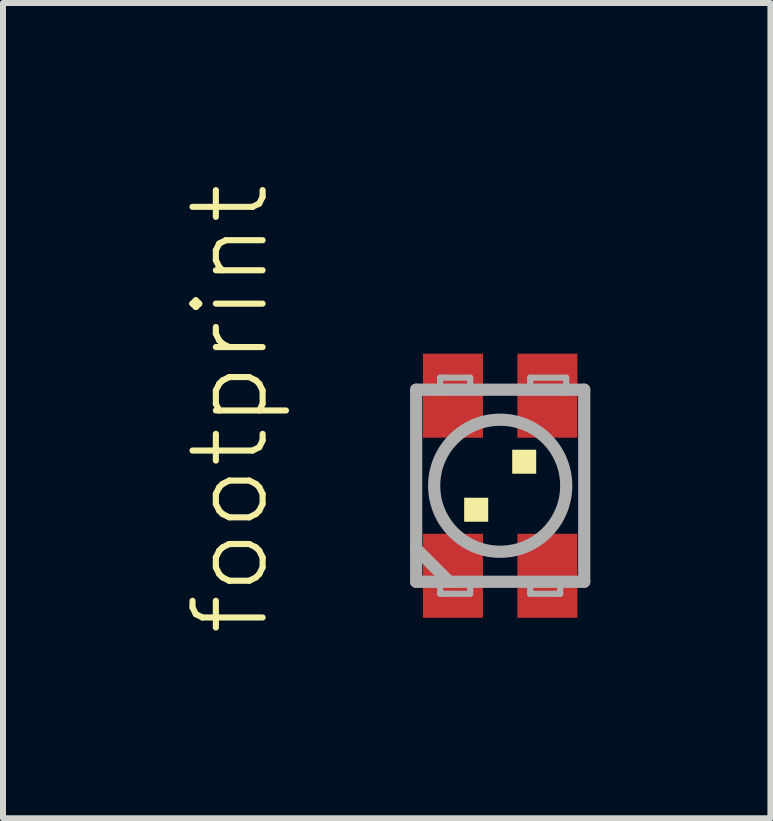
<source format=kicad_pcb>
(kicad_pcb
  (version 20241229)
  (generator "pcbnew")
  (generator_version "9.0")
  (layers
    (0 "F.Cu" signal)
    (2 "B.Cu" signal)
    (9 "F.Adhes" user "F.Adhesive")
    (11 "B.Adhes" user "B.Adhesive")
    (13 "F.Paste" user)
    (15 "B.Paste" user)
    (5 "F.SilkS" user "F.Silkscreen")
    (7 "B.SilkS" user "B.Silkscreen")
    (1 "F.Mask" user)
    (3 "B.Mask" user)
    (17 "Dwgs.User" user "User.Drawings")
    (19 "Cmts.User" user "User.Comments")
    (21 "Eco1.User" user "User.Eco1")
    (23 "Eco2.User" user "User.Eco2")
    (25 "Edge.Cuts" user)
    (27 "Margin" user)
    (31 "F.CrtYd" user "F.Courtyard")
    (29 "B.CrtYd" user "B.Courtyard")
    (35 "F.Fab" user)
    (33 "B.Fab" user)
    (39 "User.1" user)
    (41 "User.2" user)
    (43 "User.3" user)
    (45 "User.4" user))
  (footprint "footprint"
    (layer "F.Cu")
    (at 5.283 5.042)
    (property "Reference" "footprint" (at -3.81 2.54 90) (layer "F.SilkS") (effects (font (size 1.168 1.168) (thickness 0.102)) (justify left bottom)))
    (fp_poly (pts (xy -1.15 -0.85) (xy -0.35 -0.85) (xy -0.35 -1.95) (xy -1.15 -1.95)) (stroke (width 0) (type solid)) (fill yes) (layer "F.Mask"))
    (fp_poly (pts (xy -1.15 1.95) (xy -0.35 1.95) (xy -0.35 0.85) (xy -1.15 0.85)) (stroke (width 0) (type solid)) (fill yes) (layer "F.Mask"))
    (fp_poly (pts (xy 0.35 -0.85) (xy 1.15 -0.85) (xy 1.15 -1.95) (xy 0.35 -1.95)) (stroke (width 0) (type solid)) (fill yes) (layer "F.Mask"))
    (fp_poly (pts (xy 0.35 1.95) (xy 1.15 1.95) (xy 1.15 0.85) (xy 0.35 0.85)) (stroke (width 0) (type solid)) (fill yes) (layer "F.Mask"))
    (fp_poly (pts (xy -0.6 0.6) (xy -0.2 0.6) (xy -0.2 0.2) (xy -0.6 0.2)) (stroke (width 0) (type solid)) (fill yes) (layer "F.SilkS"))
    (fp_poly (pts (xy 0.2 -0.2) (xy 0.6 -0.2) (xy 0.6 -0.6) (xy 0.2 -0.6)) (stroke (width 0) (type solid)) (fill yes) (layer "F.SilkS"))
    (fp_poly (pts (xy -1.1 -0.9) (xy -0.4 -0.9) (xy -0.4 -1.9) (xy -1.1 -1.9)) (stroke (width 0) (type solid)) (fill yes) (layer "F.Paste"))
    (fp_poly (pts (xy -1.1 1.9) (xy -0.4 1.9) (xy -0.4 0.9) (xy -1.1 0.9)) (stroke (width 0) (type solid)) (fill yes) (layer "F.Paste"))
    (fp_poly (pts (xy 0.4 -0.9) (xy 1.1 -0.9) (xy 1.1 -1.9) (xy 0.4 -1.9)) (stroke (width 0) (type solid)) (fill yes) (layer "F.Paste"))
    (fp_poly (pts (xy 0.4 1.9) (xy 1.1 1.9) (xy 1.1 0.9) (xy 0.4 0.9)) (stroke (width 0) (type solid)) (fill yes) (layer "F.Paste"))
    (fp_line (start -1.4 -1.6) (end -1.4 1.05) (stroke (width 0.203) (type solid)) (layer "F.Fab"))
    (fp_line (start -1.4 1.05) (end -1.4 1.6) (stroke (width 0.203) (type solid)) (layer "F.Fab"))
    (fp_line (start -1.4 1.6) (end -1 1.6) (stroke (width 0.203) (type solid)) (layer "F.Fab"))
    (fp_line (start -1 -1.8) (end -0.5 -1.8) (stroke (width 0.102) (type solid)) (layer "F.Fab"))
    (fp_line (start -1 -1.6) (end -1.4 -1.6) (stroke (width 0.203) (type solid)) (layer "F.Fab"))
    (fp_line (start -1 -1.6) (end -1 -1.8) (stroke (width 0.102) (type solid)) (layer "F.Fab"))
    (fp_line (start -1 1.6) (end -1 1.8) (stroke (width 0.102) (type solid)) (layer "F.Fab"))
    (fp_line (start -1 1.6) (end -0.85 1.6) (stroke (width 0.203) (type solid)) (layer "F.Fab"))
    (fp_line (start -1 1.8) (end -0.5 1.8) (stroke (width 0.102) (type solid)) (layer "F.Fab"))
    (fp_line (start -0.85 1.6) (end -1.4 1.05) (stroke (width 0.203) (type solid)) (layer "F.Fab"))
    (fp_line (start -0.85 1.6) (end 1 1.6) (stroke (width 0.203) (type solid)) (layer "F.Fab"))
    (fp_line (start -0.5 -1.8) (end -0.5 -1.65) (stroke (width 0.102) (type solid)) (layer "F.Fab"))
    (fp_line (start -0.5 1.8) (end -0.5 1.65) (stroke (width 0.102) (type solid)) (layer "F.Fab"))
    (fp_line (start 0.5 -1.8) (end 1.1 -1.8) (stroke (width 0.102) (type solid)) (layer "F.Fab"))
    (fp_line (start 0.5 -1.65) (end 0.5 -1.8) (stroke (width 0.102) (type solid)) (layer "F.Fab"))
    (fp_line (start 0.5 1.65) (end 0.5 1.8) (stroke (width 0.102) (type solid)) (layer "F.Fab"))
    (fp_line (start 0.5 1.8) (end 1 1.8) (stroke (width 0.102) (type solid)) (layer "F.Fab"))
    (fp_line (start 1 1.6) (end 1.4 1.6) (stroke (width 0.203) (type solid)) (layer "F.Fab"))
    (fp_line (start 1 1.8) (end 1 1.6) (stroke (width 0.102) (type solid)) (layer "F.Fab"))
    (fp_line (start 1.1 -1.8) (end 1.1 -1.6) (stroke (width 0.102) (type solid)) (layer "F.Fab"))
    (fp_line (start 1.1 -1.6) (end -1 -1.6) (stroke (width 0.203) (type solid)) (layer "F.Fab"))
    (fp_line (start 1.4 -1.6) (end 1.1 -1.6) (stroke (width 0.203) (type solid)) (layer "F.Fab"))
    (fp_line (start 1.4 1.6) (end 1.4 -1.6) (stroke (width 0.203) (type solid)) (layer "F.Fab"))
    (fp_circle (center 0 0) (end 1.1 0) (stroke (width 0.203) (type solid)) (fill no) (layer "F.Fab"))
    (pad "1" smd rect (at -0.787 1.5) (size 1 1.4) (layers "F.Cu"))
    (pad "2" smd rect (at -0.787 -1.5) (size 1 1.4) (layers "F.Cu"))
    (pad "3" smd rect (at 0.787 -1.5) (size 1 1.4) (layers "F.Cu"))
    (pad "4" smd rect (at 0.787 1.5) (size 1 1.4) (layers "F.Cu")))
  (gr_rect
    (start -3 -3)
    (end 9.785 10.582)
    (stroke (width 0.1) (type default))
    (fill no)
    (layer "Edge.Cuts")))
</source>
